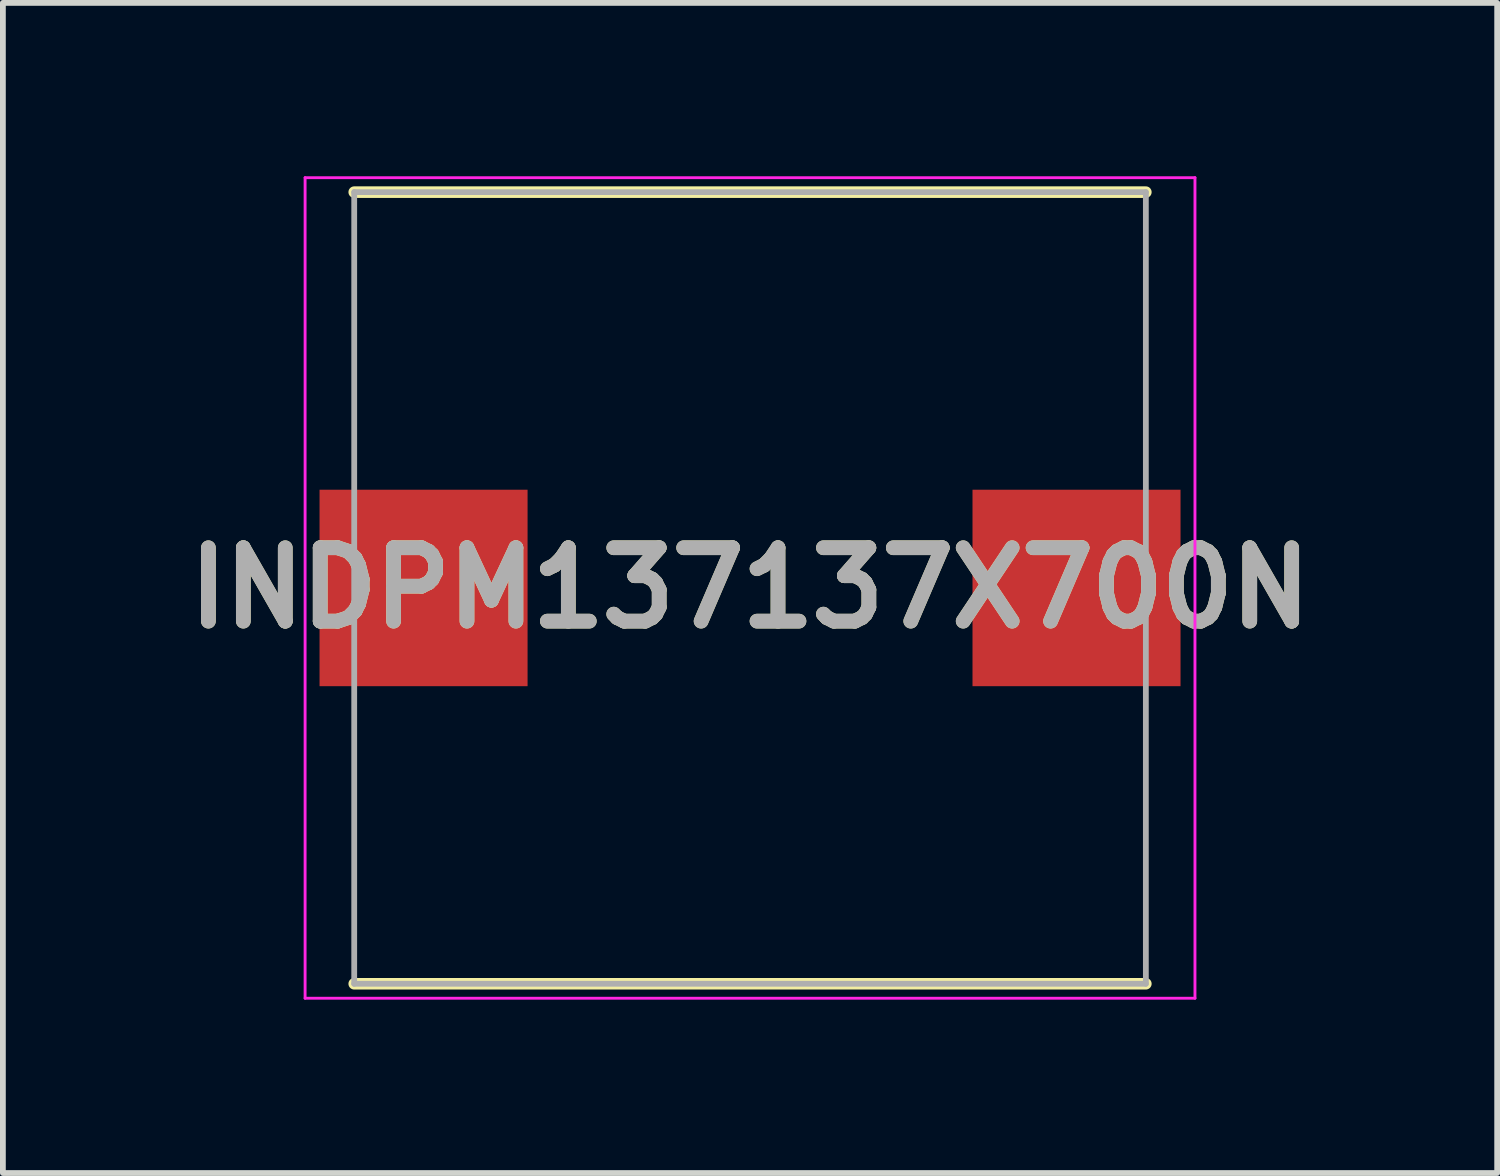
<source format=kicad_pcb>
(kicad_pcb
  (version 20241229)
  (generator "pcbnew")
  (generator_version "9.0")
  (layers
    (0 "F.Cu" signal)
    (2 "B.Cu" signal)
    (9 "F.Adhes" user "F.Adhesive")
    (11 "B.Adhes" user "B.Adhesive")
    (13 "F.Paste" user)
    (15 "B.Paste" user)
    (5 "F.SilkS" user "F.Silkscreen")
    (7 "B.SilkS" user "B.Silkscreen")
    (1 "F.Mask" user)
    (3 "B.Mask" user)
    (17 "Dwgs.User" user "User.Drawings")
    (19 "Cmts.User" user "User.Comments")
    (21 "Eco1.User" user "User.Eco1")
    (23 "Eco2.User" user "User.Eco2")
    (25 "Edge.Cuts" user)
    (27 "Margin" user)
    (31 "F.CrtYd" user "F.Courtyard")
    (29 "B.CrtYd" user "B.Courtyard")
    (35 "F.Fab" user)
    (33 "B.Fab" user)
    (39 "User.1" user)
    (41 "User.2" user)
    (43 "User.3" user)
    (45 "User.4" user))
  (footprint "INDPM137137X700N"
    (layer "F.Cu")
    (at 9.93 7.125)
    (property "Reference" "INDPM137137X700N" (at 0 0 0) (layer "F.SilkS") (effects (font (size 1.27 1.27) (thickness 0.254))))
    (attr smd)
    (fp_line (start -6.85 6.85) (end 6.85 6.85) (stroke (width 0.2) (type solid)) (layer "F.SilkS"))
    (fp_line (start 6.85 -6.85) (end -6.85 -6.85) (stroke (width 0.2) (type solid)) (layer "F.SilkS"))
    (fp_line (start -7.7 -7.1) (end 7.7 -7.1) (stroke (width 0.05) (type solid)) (layer "F.CrtYd"))
    (fp_line (start -7.7 7.1) (end -7.7 -7.1) (stroke (width 0.05) (type solid)) (layer "F.CrtYd"))
    (fp_line (start 7.7 -7.1) (end 7.7 7.1) (stroke (width 0.05) (type solid)) (layer "F.CrtYd"))
    (fp_line (start 7.7 7.1) (end -7.7 7.1) (stroke (width 0.05) (type solid)) (layer "F.CrtYd"))
    (fp_line (start -6.85 -6.85) (end 6.85 -6.85) (stroke (width 0.1) (type solid)) (layer "F.Fab"))
    (fp_line (start -6.85 6.85) (end -6.85 -6.85) (stroke (width 0.1) (type solid)) (layer "F.Fab"))
    (fp_line (start 6.85 -6.85) (end 6.85 6.85) (stroke (width 0.1) (type solid)) (layer "F.Fab"))
    (fp_line (start 6.85 6.85) (end -6.85 6.85) (stroke (width 0.1) (type solid)) (layer "F.Fab"))
    (fp_text user "${REFERENCE}" (at 0 0 0) (layer "F.Fab") (effects (font (size 1.27 1.27) (thickness 0.254))))
    (pad "1" smd rect (at -5.65 0 90) (size 3.4 3.6) (layers "F.Cu" "F.Mask" "F.Paste"))
    (pad "2" smd rect (at 5.65 0 90) (size 3.4 3.6) (layers "F.Cu" "F.Mask" "F.Paste")))
  (gr_rect
    (start -3 -3)
    (end 22.86 17.25)
    (stroke (width 0.1) (type default))
    (fill no)
    (layer "Edge.Cuts")))
</source>
